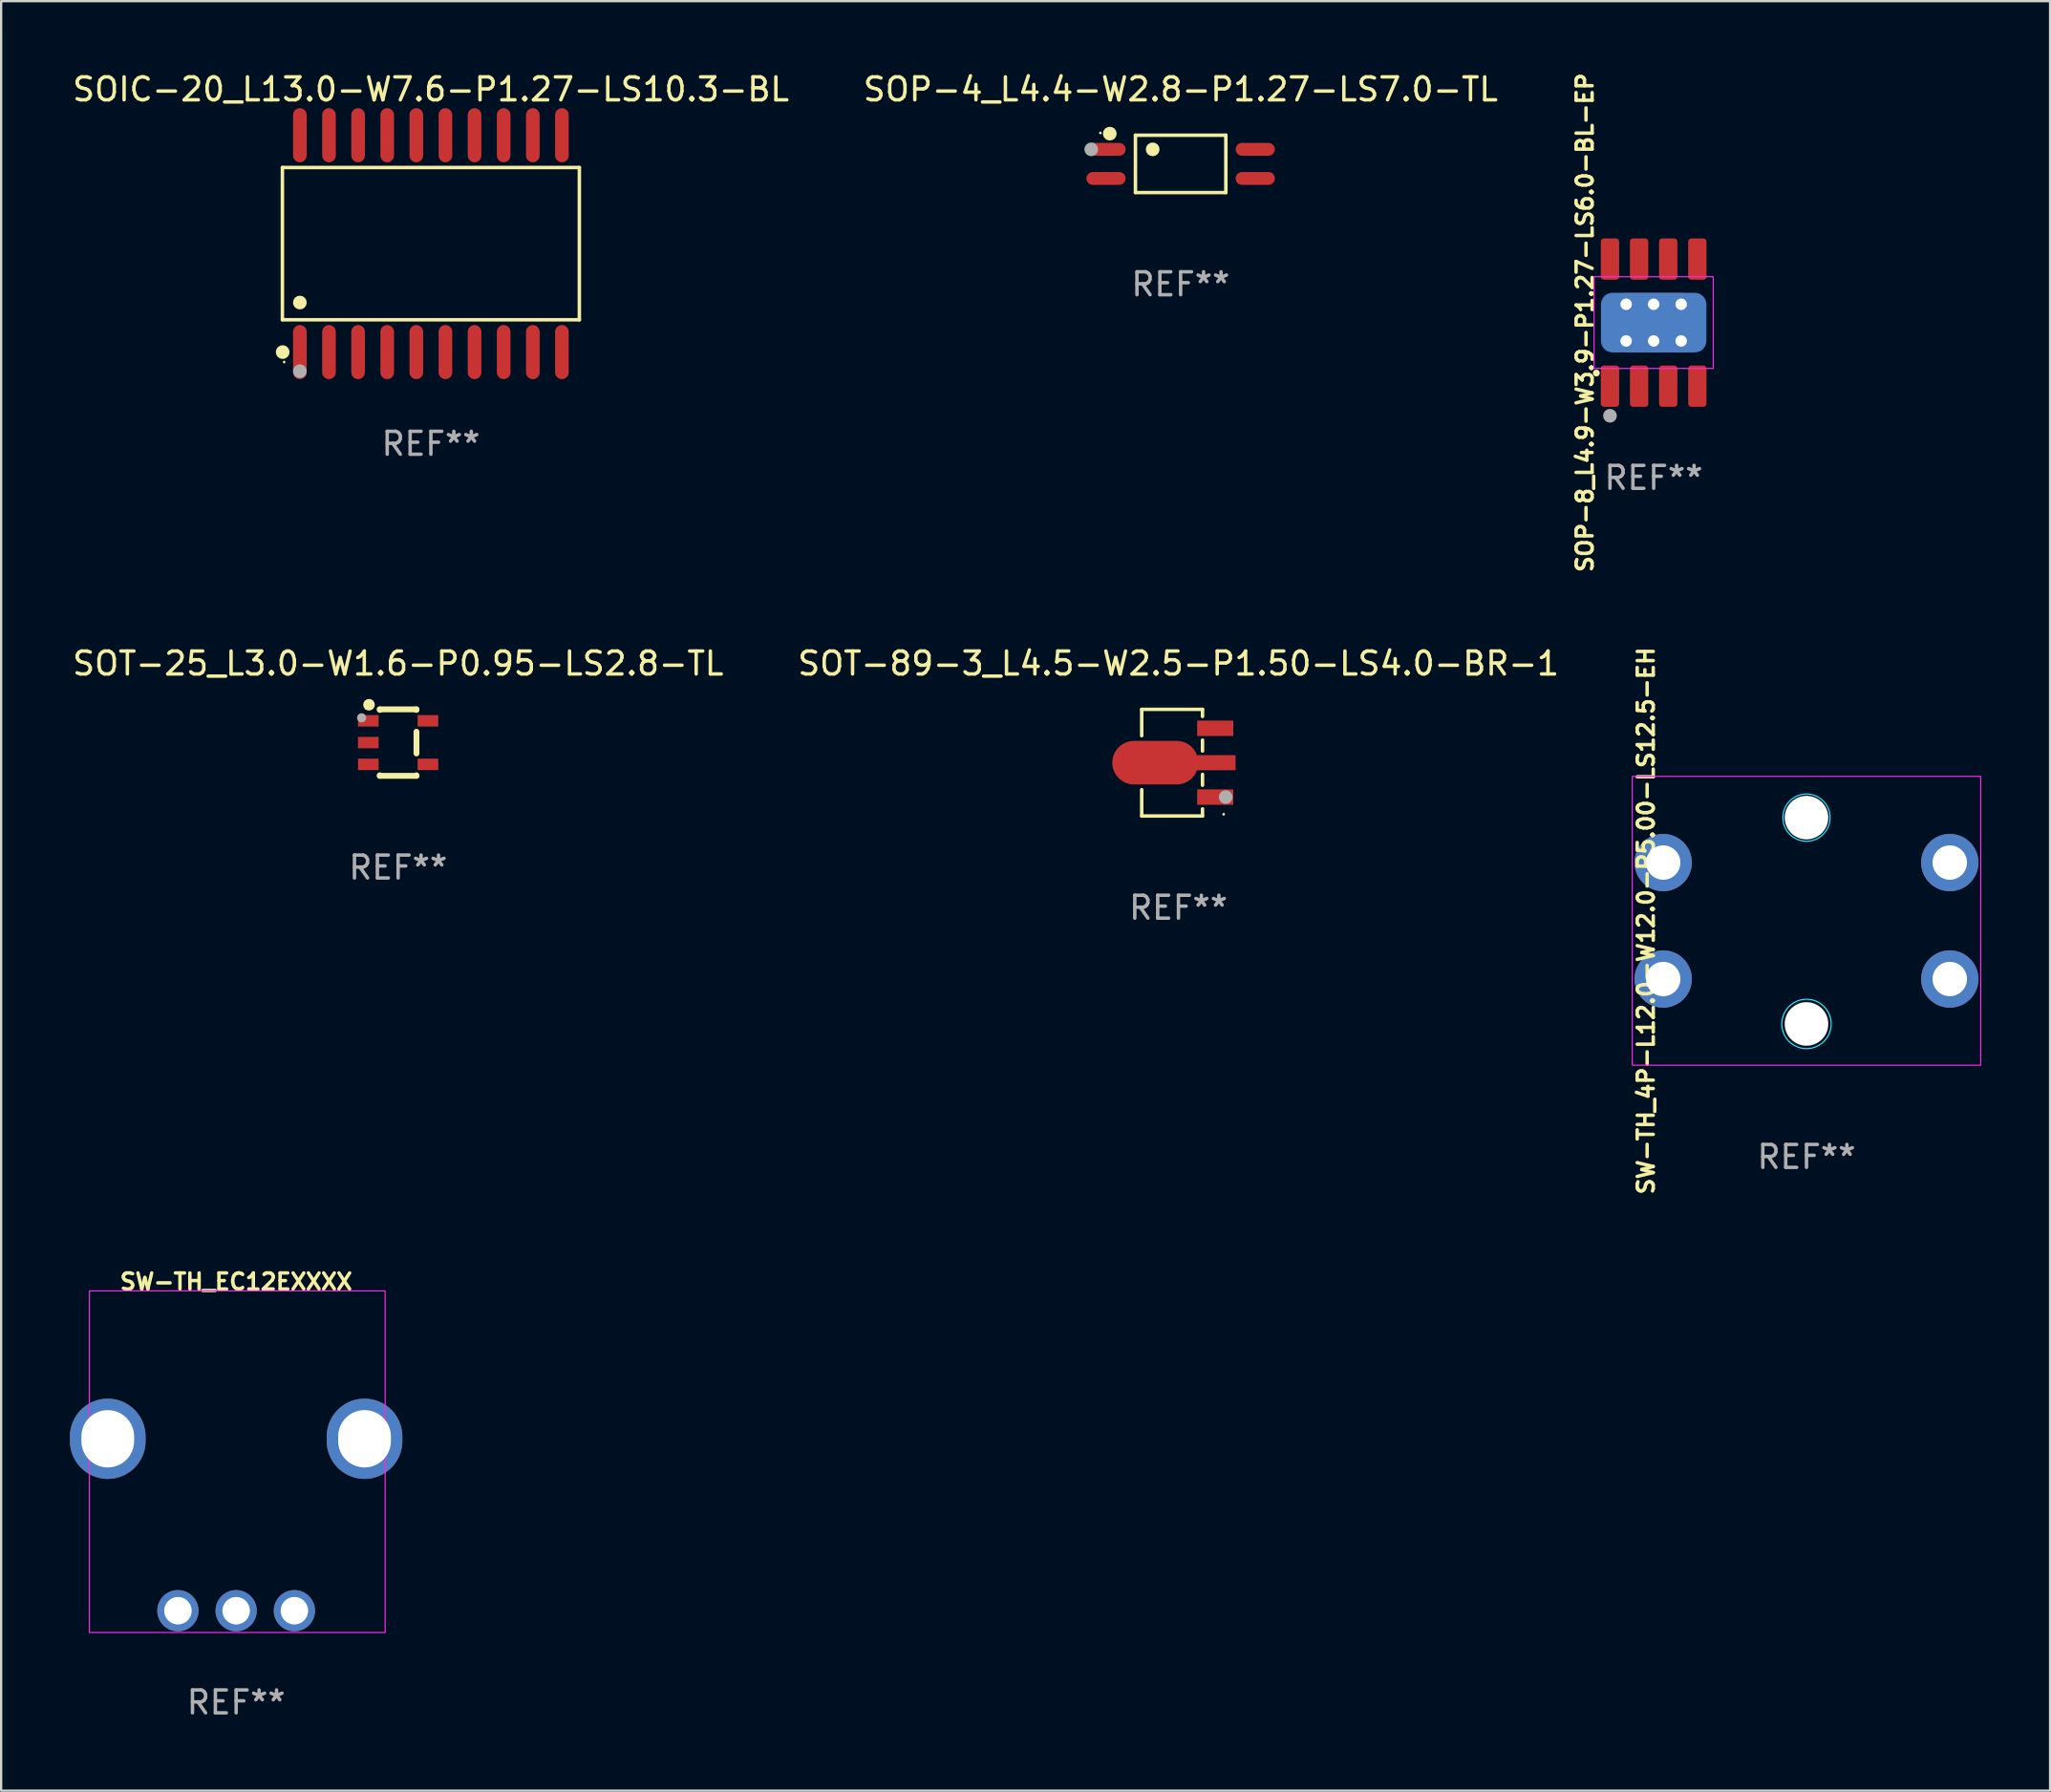
<source format=kicad_pcb>
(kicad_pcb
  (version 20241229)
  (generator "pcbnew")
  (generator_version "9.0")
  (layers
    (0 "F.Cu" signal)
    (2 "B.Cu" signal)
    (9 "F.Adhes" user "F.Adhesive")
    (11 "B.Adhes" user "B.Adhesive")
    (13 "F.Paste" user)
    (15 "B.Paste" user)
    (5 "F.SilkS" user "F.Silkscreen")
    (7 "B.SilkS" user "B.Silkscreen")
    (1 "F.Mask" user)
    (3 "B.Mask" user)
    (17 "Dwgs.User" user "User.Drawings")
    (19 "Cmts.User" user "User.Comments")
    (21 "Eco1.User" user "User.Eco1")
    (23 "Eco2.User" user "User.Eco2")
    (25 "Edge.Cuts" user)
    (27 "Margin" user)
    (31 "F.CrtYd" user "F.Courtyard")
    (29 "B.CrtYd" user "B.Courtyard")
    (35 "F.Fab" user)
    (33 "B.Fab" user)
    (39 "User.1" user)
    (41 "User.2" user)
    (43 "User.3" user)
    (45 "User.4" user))
  (footprint "SOT-25_L3.0-W1.6-P0.95-LS2.8-TL"
    (layer "F.Cu")
    (at 14.315 29.342)
    (property "Reference" "SOT-25_L3.0-W1.6-P0.95-LS2.8-TL" (at 0 -3.45 0) (layer "F.SilkS") (effects (font (size 1 1) (thickness 0.15))))
    (attr through_hole)
    (fp_line (start -0.8 -1.45) (end -0.8 -1.426) (stroke (width 0.254) (type solid)) (layer "F.SilkS"))
    (fp_line (start -0.8 -1.45) (end 0.8 -1.45) (stroke (width 0.254) (type solid)) (layer "F.SilkS"))
    (fp_line (start -0.8 1.426) (end -0.8 1.45) (stroke (width 0.254) (type solid)) (layer "F.SilkS"))
    (fp_line (start -0.8 1.45) (end 0.8 1.45) (stroke (width 0.254) (type solid)) (layer "F.SilkS"))
    (fp_line (start 0.8 -1.426) (end 0.8 -1.45) (stroke (width 0.254) (type solid)) (layer "F.SilkS"))
    (fp_line (start 0.8 0.474) (end 0.8 -0.474) (stroke (width 0.254) (type solid)) (layer "F.SilkS"))
    (fp_line (start 0.8 1.45) (end 0.8 1.426) (stroke (width 0.254) (type solid)) (layer "F.SilkS"))
    (fp_circle (center -1.4 -1.5) (end -1.37 -1.5) (stroke (width 0.06) (type solid)) (fill no) (layer "F.SilkS"))
    (fp_circle (center -1.27 -1.651) (end -1.143 -1.651) (stroke (width 0.254) (type solid)) (fill no) (layer "F.SilkS"))
    (fp_circle (center -1.593 -1.081) (end -1.493 -1.081) (stroke (width 0.2) (type solid)) (fill no) (layer "F.Fab"))
    (fp_text user "REF**" (at 0 5.45 0) (layer "F.Fab") (effects (font (size 1 1) (thickness 0.15))))
    (pad "1" smd rect (at -1.3 -0.95 270) (size 0.5 0.9) (layers "F.Cu" "F.Mask" "F.Paste"))
    (pad "2" smd rect (at -1.3 0 270) (size 0.5 0.9) (layers "F.Cu" "F.Mask" "F.Paste"))
    (pad "3" smd rect (at -1.3 0.95 270) (size 0.5 0.9) (layers "F.Cu" "F.Mask" "F.Paste"))
    (pad "4" smd rect (at 1.3 0.95 270) (size 0.5 0.9) (layers "F.Cu" "F.Mask" "F.Paste"))
    (pad "5" smd rect (at 1.3 -0.95 270) (size 0.5 0.9) (layers "F.Cu" "F.Mask" "F.Paste")))
  (footprint "SOT-89-3_L4.5-W2.5-P1.50-LS4.0-BR-1"
    (layer "F.Cu")
    (at 48.648 30.218)
    (property "Reference" "SOT-89-3_L4.5-W2.5-P1.50-LS4.0-BR-1" (at -0.297 -4.326 0) (layer "F.SilkS") (effects (font (size 1 1) (thickness 0.15))))
    (attr through_hole)
    (fp_line (start -1.9 -2.326) (end -1.9 -1.177) (stroke (width 0.152) (type solid)) (layer "F.SilkS"))
    (fp_line (start -1.9 2.326) (end -1.9 1.177) (stroke (width 0.152) (type solid)) (layer "F.SilkS"))
    (fp_line (start 0.752 -2.326) (end -1.9 -2.326) (stroke (width 0.152) (type solid)) (layer "F.SilkS"))
    (fp_line (start 0.752 -2.326) (end 0.752 -2.016) (stroke (width 0.152) (type solid)) (layer "F.SilkS"))
    (fp_line (start 0.752 -0.984) (end 0.752 -0.51) (stroke (width 0.152) (type solid)) (layer "F.SilkS"))
    (fp_line (start 0.752 0.51) (end 0.752 0.984) (stroke (width 0.152) (type solid)) (layer "F.SilkS"))
    (fp_line (start 0.752 2.016) (end 0.752 2.326) (stroke (width 0.152) (type solid)) (layer "F.SilkS"))
    (fp_line (start 0.752 2.326) (end -1.9 2.326) (stroke (width 0.152) (type solid)) (layer "F.SilkS"))
    (fp_circle (center 1.676 2.25) (end 1.706 2.25) (stroke (width 0.06) (type solid)) (fill no) (layer "F.SilkS"))
    (fp_circle (center 1.765 1.5) (end 1.915 1.5) (stroke (width 0.3) (type solid)) (fill no) (layer "F.Fab"))
    (fp_text user "REF**" (at -0.297 6.326 0) (layer "F.Fab") (effects (font (size 1 1) (thickness 0.15))))
    (pad "1" smd rect (at 1.306 1.5) (size 1.575 0.672) (layers "F.Cu" "F.Mask" "F.Paste"))
    (pad "2" smd custom (at -1.306 0.000127) (size 0.1 0.1) (layers "F.Cu" "F.Mask" "F.Paste") (options (anchor circle)) (primitives (gr_poly (pts (xy -0.927 -0.95) (xy 0.927 -0.95) (xy 0.972 -0.949) (xy 1.016 -0.946) (xy 1.06 -0.941) (xy 1.104 -0.933) (xy 1.148 -0.924) (xy 1.191 -0.913) (xy 1.233 -0.899) (xy 1.275 -0.884) (xy 1.316 -0.867) (xy 1.356 -0.847) (xy 1.396 -0.826) (xy 1.434 -0.803) (xy 1.471 -0.779) (xy 1.507 -0.753) (xy 1.542 -0.725) (xy 1.575 -0.695) (xy 1.607 -0.664) (xy 1.637 -0.631) (xy 1.666 -0.597) (xy 1.693 -0.562) (xy 1.719 -0.525) (xy 1.742 -0.488) (xy 1.764 -0.449) (xy 1.784 -0.409) (xy 1.803 -0.33) (xy 3.5 -0.33) (xy 3.5 0.33) (xy 1.803 0.33) (xy 1.784 0.409) (xy 1.764 0.449) (xy 1.742 0.488) (xy 1.719 0.526) (xy 1.693 0.562) (xy 1.666 0.597) (xy 1.637 0.631) (xy 1.607 0.664) (xy 1.575 0.695) (xy 1.542 0.725) (xy 1.507 0.753) (xy 1.471 0.779) (xy 1.434 0.804) (xy 1.396 0.826) (xy 1.356 0.848) (xy 1.316 0.867) (xy 1.275 0.884) (xy 1.233 0.899) (xy 1.191 0.913) (xy 1.148 0.924) (xy 1.104 0.933) (xy 1.06 0.941) (xy 1.016 0.946) (xy 0.972 0.949) (xy 0.927 0.95) (xy -0.927 0.95) (xy -0.972 0.949) (xy -1.016 0.946) (xy -1.06 0.941) (xy -1.104 0.933) (xy -1.148 0.924) (xy -1.191 0.913) (xy -1.233 0.899) (xy -1.275 0.884) (xy -1.316 0.867) (xy -1.356 0.848) (xy -1.396 0.826) (xy -1.434 0.804) (xy -1.471 0.779) (xy -1.507 0.753) (xy -1.542 0.725) (xy -1.575 0.695) (xy -1.607 0.664) (xy -1.637 0.631) (xy -1.666 0.597) (xy -1.693 0.562) (xy -1.719 0.526) (xy -1.742 0.488) (xy -1.764 0.449) (xy -1.784 0.409) (xy -1.803 0.369) (xy -1.819 0.327) (xy -1.833 0.285) (xy -1.846 0.242) (xy -1.856 0.199) (xy -1.864 0.155) (xy -1.871 0.111) (xy -1.875 0.067) (xy -1.877 0.022) (xy -1.877 -0.022) (xy -1.875 -0.067) (xy -1.871 -0.111) (xy -1.864 -0.155) (xy -1.856 -0.199) (xy -1.846 -0.242) (xy -1.833 -0.285) (xy -1.819 -0.327) (xy -1.803 -0.369) (xy -1.784 -0.409) (xy -1.764 -0.449) (xy -1.742 -0.488) (xy -1.719 -0.525) (xy -1.693 -0.562) (xy -1.666 -0.597) (xy -1.637 -0.631) (xy -1.607 -0.664) (xy -1.575 -0.695) (xy -1.542 -0.725) (xy -1.507 -0.753) (xy -1.471 -0.779) (xy -1.434 -0.803) (xy -1.396 -0.826) (xy -1.356 -0.847) (xy -1.316 -0.867) (xy -1.275 -0.884) (xy -1.233 -0.899) (xy -1.191 -0.913) (xy -1.148 -0.924) (xy -1.104 -0.933) (xy -1.06 -0.941) (xy -1.016 -0.946) (xy -0.972 -0.949) (xy -0.927 -0.95)) (width 0) (fill yes))))
    (pad "3" smd rect (at 1.306 -1.5) (size 1.575 0.672) (layers "F.Cu" "F.Mask" "F.Paste")))
  (footprint "SOP-8_L4.9-W3.9-P1.27-LS6.0-BL-EP"
    (layer "F.Cu")
    (at 69.078 11.022)
    (property "Reference" "SOP-8_L4.9-W3.9-P1.27-LS6.0-BL-EP" (at -3 0 90) (layer "F.SilkS") (effects (font (size 0.7 0.7) (thickness 0.15))))
    (attr through_hole)
    (fp_circle (center -2.5 2.2) (end -2.35 2.2) (stroke (width 0) (type solid)) (fill yes) (layer "F.SilkS"))
    (fp_rect (start -2.6 -2) (end 2.6 2) (stroke (width 0.05) (type default)) (fill no) (layer "F.CrtYd"))
    (fp_circle (center -1.905 4.064) (end -1.755 4.064) (stroke (width 0.3) (type solid)) (fill no) (layer "F.Fab"))
    (fp_text user "REF**" (at 0 6.772 0) (layer "F.Fab") (effects (font (size 1 1) (thickness 0.15))))
    (pad "1" smd roundrect (at -1.905 2.772) (size 0.8 1.8) (layers "F.Cu" "F.Mask" "F.Paste") (roundrect_rratio 0.167))
    (pad "2" smd roundrect (at -0.635 2.772) (size 0.8 1.8) (layers "F.Cu" "F.Mask" "F.Paste") (roundrect_rratio 0.167))
    (pad "3" smd roundrect (at 0.635 2.772) (size 0.8 1.8) (layers "F.Cu" "F.Mask" "F.Paste") (roundrect_rratio 0.167))
    (pad "4" smd roundrect (at 1.905 2.772) (size 0.8 1.8) (layers "F.Cu" "F.Mask" "F.Paste") (roundrect_rratio 0.167))
    (pad "5" smd roundrect (at 1.905 -2.772) (size 0.8 1.8) (layers "F.Cu" "F.Mask" "F.Paste") (roundrect_rratio 0.167))
    (pad "6" smd roundrect (at 0.635 -2.772) (size 0.8 1.8) (layers "F.Cu" "F.Mask" "F.Paste") (roundrect_rratio 0.167))
    (pad "7" smd roundrect (at -0.635 -2.772) (size 0.8 1.8) (layers "F.Cu" "F.Mask" "F.Paste") (roundrect_rratio 0.167))
    (pad "8" smd roundrect (at -1.905 -2.772) (size 0.8 1.8) (layers "F.Cu" "F.Mask" "F.Paste") (roundrect_rratio 0.167))
    (pad "9" thru_hole circle (at -1.2 -0.8) (size 0.8 0.8) (drill 0.5) (layers "*.Cu" "*.Mask"))
    (pad "9" thru_hole circle (at -1.2 0.8) (size 0.8 0.8) (drill 0.5) (layers "*.Cu" "*.Mask"))
    (pad "9" thru_hole circle (at 0 -0.8) (size 0.8 0.8) (drill 0.5) (layers "*.Cu" "*.Mask"))
    (pad "9" smd roundrect (at 0 0) (size 3.4 2.6) (layers "F.Cu" "F.Mask" "F.Paste") (roundrect_rratio 0.192))
    (pad "9" smd roundrect (at 0 0) (size 4.6 2.6) (layers "B.Cu") (roundrect_rratio 0.192))
    (pad "9" thru_hole circle (at 0 0.8) (size 0.8 0.8) (drill 0.5) (layers "*.Cu" "*.Mask"))
    (pad "9" thru_hole circle (at 1.2 -0.8) (size 0.8 0.8) (drill 0.5) (layers "*.Cu" "*.Mask"))
    (pad "9" thru_hole circle (at 1.2 0.8) (size 0.8 0.8) (drill 0.5) (layers "*.Cu" "*.Mask")))
  (footprint "SW-TH_4P-L12.0-W12.0-P5.00-LS12.5-EH"
    (layer "F.Cu")
    (at 75.744 37.115)
    (property "Reference" "SW-TH_4P-L12.0-W12.0-P5.00-LS12.5-EH" (at -7 0 90) (layer "F.SilkS") (effects (font (size 0.7 0.7) (thickness 0.15))))
    (attr through_hole)
    (fp_circle (center 0 -4.5) (end 0.9 -4) (stroke (width 0.05) (type default)) (fill no) (layer "B.CrtYd"))
    (fp_circle (center 0 4.5) (end 1 4.9) (stroke (width 0.05) (type default)) (fill no) (layer "B.CrtYd"))
    (fp_rect (start -7.6 -6.3) (end 7.6 6.3) (stroke (width 0.05) (type default)) (fill no) (layer "F.CrtYd"))
    (fp_text user "REF**" (at -0.000025 10.3 0) (layer "F.Fab") (effects (font (size 1 1) (thickness 0.15))))
    (pad "" np_thru_hole circle (at 0 -4.5) (size 1.9 1.9) (drill 1.9) (layers "*.Cu" "*.Mask"))
    (pad "" np_thru_hole circle (at 0 4.5) (size 1.9 1.9) (drill 1.9) (layers "*.Cu" "*.Mask"))
    (pad "1" thru_hole circle (at 6.25 2.54) (size 2.5 2.5) (drill 1.5) (layers "*.Cu" "*.Mask"))
    (pad "2" thru_hole circle (at -6.25 2.54) (size 2.5 2.5) (drill 1.5) (layers "*.Cu" "*.Mask"))
    (pad "3" thru_hole circle (at 6.25 -2.54) (size 2.5 2.5) (drill 1.5) (layers "*.Cu" "*.Mask"))
    (pad "4" thru_hole circle (at -6.25 -2.54) (size 2.5 2.5) (drill 1.5) (layers "*.Cu" "*.Mask")))
  (footprint "SW-TH_EC12EXXXX"
    (layer "F.Cu")
    (at 7.25 63.459)
    (property "Reference" "SW-TH_EC12EXXXX" (at -0.000013 -10.6 0) (layer "F.SilkS") (effects (font (size 0.7 0.7) (thickness 0.15))))
    (attr through_hole)
    (fp_rect (start -6.4 -10.2) (end 6.5 4.7) (stroke (width 0.05) (type default)) (fill no) (layer "F.CrtYd"))
    (fp_text user "REF**" (at -0.000013 7.75 0) (layer "F.Fab") (effects (font (size 1 1) (thickness 0.15))))
    (pad "A" thru_hole circle (at -2.54 3.75) (size 1.8 1.8) (drill 1.2) (layers "*.Cu" "*.Mask"))
    (pad "B" thru_hole circle (at 2.54 3.75) (size 1.8 1.8) (drill 1.2) (layers "*.Cu" "*.Mask"))
    (pad "C" thru_hole circle (at -0.000102 3.75) (size 1.8 1.8) (drill 1.2) (layers "*.Cu" "*.Mask"))
    (pad "D" thru_hole oval (at 5.6 -3.75 90) (size 3.5 3.3) (drill oval 2.5 2.3) (layers "*.Cu" "*.Mask"))
    (pad "E" thru_hole oval (at -5.6 -3.75 90) (size 3.5 3.3) (drill oval 2.5 2.3) (layers "*.Cu" "*.Mask")))
  (footprint "SOP-4_L4.4-W2.8-P1.27-LS7.0-TL"
    (layer "F.Cu")
    (at 48.446 4.099)
    (property "Reference" "SOP-4_L4.4-W2.8-P1.27-LS7.0-TL" (at 0 -3.251 0) (layer "F.SilkS") (effects (font (size 1 1) (thickness 0.15))))
    (attr through_hole)
    (fp_line (start -1.971 -1.251) (end 1.972 -1.251) (stroke (width 0.152) (type solid)) (layer "F.SilkS"))
    (fp_line (start -1.971 1.251) (end -1.971 -1.251) (stroke (width 0.152) (type solid)) (layer "F.SilkS"))
    (fp_line (start 1.972 -1.251) (end 1.972 1.251) (stroke (width 0.152) (type solid)) (layer "F.SilkS"))
    (fp_line (start 1.972 1.251) (end -1.971 1.251) (stroke (width 0.152) (type solid)) (layer "F.SilkS"))
    (fp_circle (center -3.5 -1.35) (end -3.47 -1.35) (stroke (width 0.06) (type solid)) (fill no) (layer "F.SilkS"))
    (fp_circle (center -3.09 -1.319) (end -2.94 -1.319) (stroke (width 0.3) (type solid)) (fill no) (layer "F.SilkS"))
    (fp_circle (center -1.219 -0.635) (end -1.069 -0.635) (stroke (width 0.3) (type solid)) (fill no) (layer "F.SilkS"))
    (fp_circle (center -3.9 -0.635) (end -3.75 -0.635) (stroke (width 0.3) (type solid)) (fill no) (layer "F.Fab"))
    (fp_text user "REF**" (at 0 5.251 0) (layer "F.Fab") (effects (font (size 1 1) (thickness 0.15))))
    (pad "1" smd oval (at -3.255 -0.635 270) (size 0.56 1.71) (layers "F.Cu" "F.Mask" "F.Paste"))
    (pad "2" smd oval (at -3.255 0.635 270) (size 0.56 1.71) (layers "F.Cu" "F.Mask" "F.Paste"))
    (pad "3" smd oval (at 3.255 0.635 270) (size 0.56 1.71) (layers "F.Cu" "F.Mask" "F.Paste"))
    (pad "4" smd oval (at 3.255 -0.635 270) (size 0.56 1.71) (layers "F.Cu" "F.Mask" "F.Paste")))
  (footprint "SOIC-20_L13.0-W7.6-P1.27-LS10.3-BL"
    (layer "F.Cu")
    (at 15.744 7.578)
    (property "Reference" "SOIC-20_L13.0-W7.6-P1.27-LS10.3-BL" (at 0 -6.73 0) (layer "F.SilkS") (effects (font (size 1 1) (thickness 0.15))))
    (attr through_hole)
    (fp_line (start -6.476 -3.321) (end 6.476 -3.321) (stroke (width 0.152) (type solid)) (layer "F.SilkS"))
    (fp_line (start -6.476 3.321) (end -6.476 -3.321) (stroke (width 0.152) (type solid)) (layer "F.SilkS"))
    (fp_line (start 6.476 -3.321) (end 6.476 3.321) (stroke (width 0.152) (type solid)) (layer "F.SilkS"))
    (fp_line (start 6.476 3.321) (end -6.476 3.321) (stroke (width 0.152) (type solid)) (layer "F.SilkS"))
    (fp_circle (center -6.465 4.73) (end -6.315 4.73) (stroke (width 0.3) (type solid)) (fill no) (layer "F.SilkS"))
    (fp_circle (center -6.4 5.163) (end -6.37 5.163) (stroke (width 0.06) (type solid)) (fill no) (layer "F.SilkS"))
    (fp_circle (center -5.715 2.569) (end -5.565 2.569) (stroke (width 0.3) (type solid)) (fill no) (layer "F.SilkS"))
    (fp_circle (center -5.715 5.563) (end -5.565 5.563) (stroke (width 0.3) (type solid)) (fill no) (layer "F.Fab"))
    (fp_text user "REF**" (at 0 8.73 0) (layer "F.Fab") (effects (font (size 1 1) (thickness 0.15))))
    (pad "1" smd oval (at -5.715 4.73) (size 0.595 2.36) (layers "F.Cu" "F.Mask" "F.Paste"))
    (pad "2" smd oval (at -4.445 4.73) (size 0.595 2.36) (layers "F.Cu" "F.Mask" "F.Paste"))
    (pad "3" smd oval (at -3.175 4.73) (size 0.595 2.36) (layers "F.Cu" "F.Mask" "F.Paste"))
    (pad "4" smd oval (at -1.905 4.73) (size 0.595 2.36) (layers "F.Cu" "F.Mask" "F.Paste"))
    (pad "5" smd oval (at -0.635 4.73) (size 0.595 2.36) (layers "F.Cu" "F.Mask" "F.Paste"))
    (pad "6" smd oval (at 0.635 4.73) (size 0.595 2.36) (layers "F.Cu" "F.Mask" "F.Paste"))
    (pad "7" smd oval (at 1.905 4.73) (size 0.595 2.36) (layers "F.Cu" "F.Mask" "F.Paste"))
    (pad "8" smd oval (at 3.175 4.73) (size 0.595 2.36) (layers "F.Cu" "F.Mask" "F.Paste"))
    (pad "9" smd oval (at 4.445 4.73) (size 0.595 2.36) (layers "F.Cu" "F.Mask" "F.Paste"))
    (pad "10" smd oval (at 5.715 4.73) (size 0.595 2.36) (layers "F.Cu" "F.Mask" "F.Paste"))
    (pad "11" smd oval (at 5.715 -4.73) (size 0.595 2.36) (layers "F.Cu" "F.Mask" "F.Paste"))
    (pad "12" smd oval (at 4.445 -4.73) (size 0.595 2.36) (layers "F.Cu" "F.Mask" "F.Paste"))
    (pad "13" smd oval (at 3.175 -4.73) (size 0.595 2.36) (layers "F.Cu" "F.Mask" "F.Paste"))
    (pad "14" smd oval (at 1.905 -4.73) (size 0.595 2.36) (layers "F.Cu" "F.Mask" "F.Paste"))
    (pad "15" smd oval (at 0.635 -4.73) (size 0.595 2.36) (layers "F.Cu" "F.Mask" "F.Paste"))
    (pad "16" smd oval (at -0.635 -4.73) (size 0.595 2.36) (layers "F.Cu" "F.Mask" "F.Paste"))
    (pad "17" smd oval (at -1.905 -4.73) (size 0.595 2.36) (layers "F.Cu" "F.Mask" "F.Paste"))
    (pad "18" smd oval (at -3.175 -4.73) (size 0.595 2.36) (layers "F.Cu" "F.Mask" "F.Paste"))
    (pad "19" smd oval (at -4.445 -4.73) (size 0.595 2.36) (layers "F.Cu" "F.Mask" "F.Paste"))
    (pad "20" smd oval (at -5.715 -4.73) (size 0.595 2.36) (layers "F.Cu" "F.Mask" "F.Paste")))
  (gr_rect
    (start -3 -3)
    (end 86.369 75.058)
    (stroke (width 0.1) (type default))
    (fill no)
    (layer "Edge.Cuts")))
</source>
